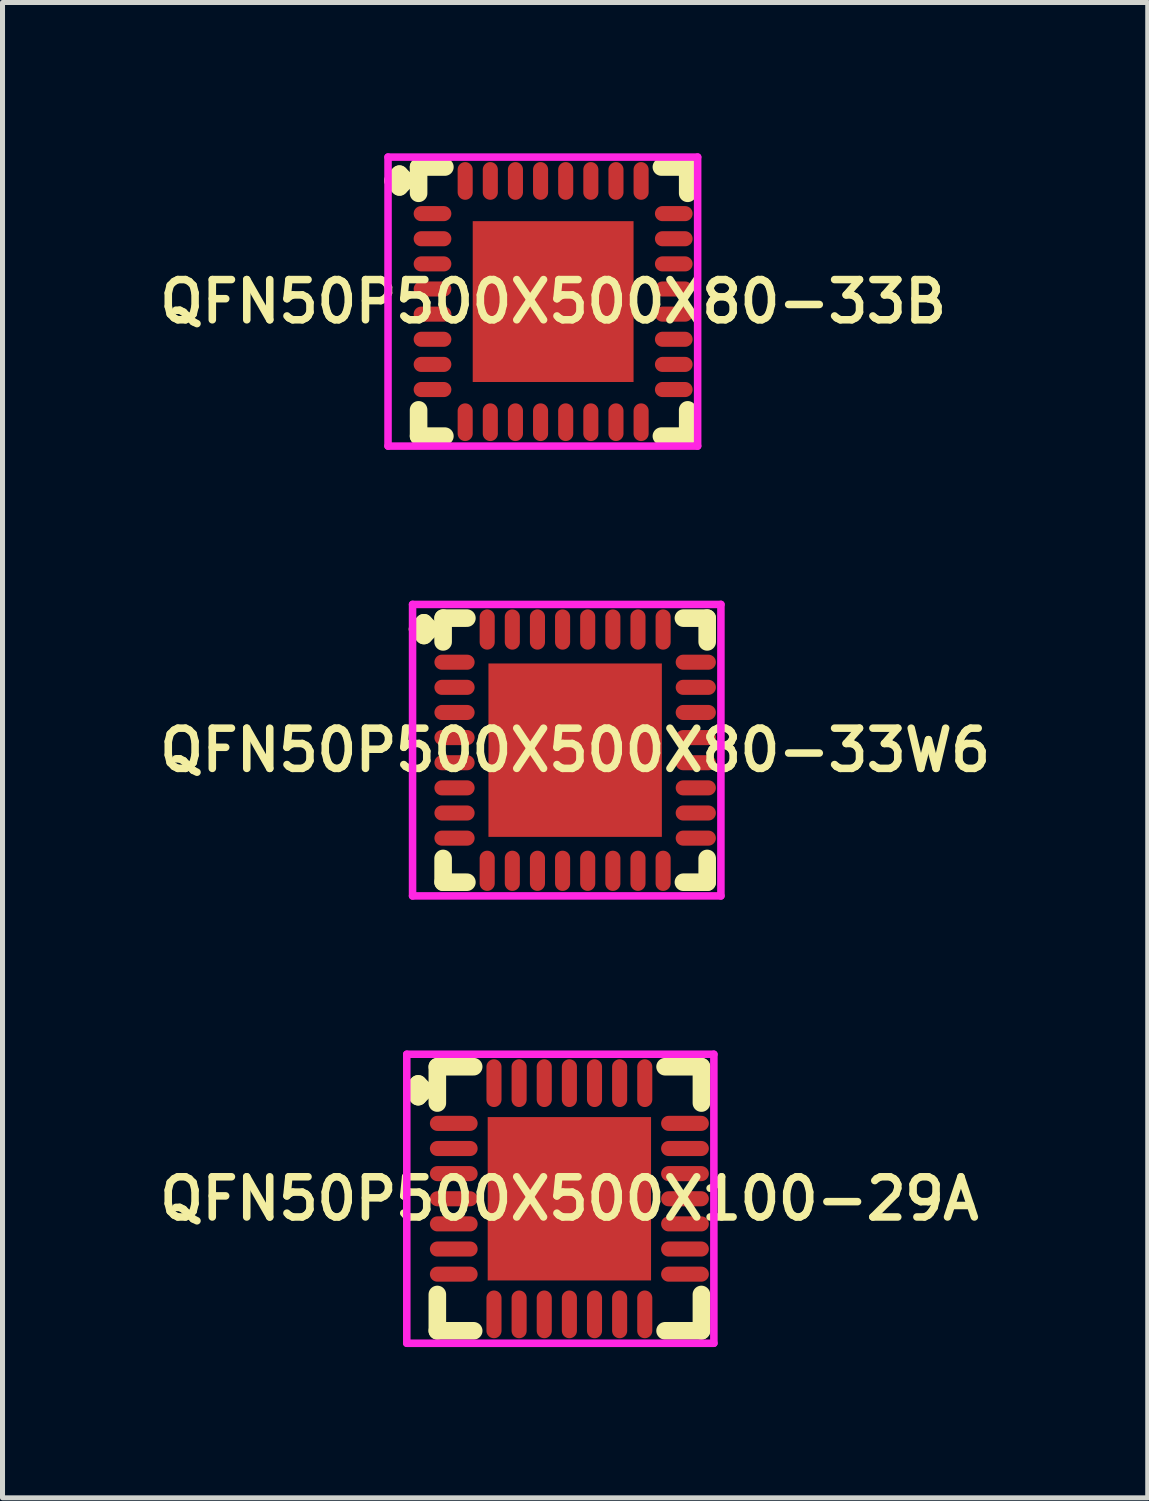
<source format=kicad_pcb>
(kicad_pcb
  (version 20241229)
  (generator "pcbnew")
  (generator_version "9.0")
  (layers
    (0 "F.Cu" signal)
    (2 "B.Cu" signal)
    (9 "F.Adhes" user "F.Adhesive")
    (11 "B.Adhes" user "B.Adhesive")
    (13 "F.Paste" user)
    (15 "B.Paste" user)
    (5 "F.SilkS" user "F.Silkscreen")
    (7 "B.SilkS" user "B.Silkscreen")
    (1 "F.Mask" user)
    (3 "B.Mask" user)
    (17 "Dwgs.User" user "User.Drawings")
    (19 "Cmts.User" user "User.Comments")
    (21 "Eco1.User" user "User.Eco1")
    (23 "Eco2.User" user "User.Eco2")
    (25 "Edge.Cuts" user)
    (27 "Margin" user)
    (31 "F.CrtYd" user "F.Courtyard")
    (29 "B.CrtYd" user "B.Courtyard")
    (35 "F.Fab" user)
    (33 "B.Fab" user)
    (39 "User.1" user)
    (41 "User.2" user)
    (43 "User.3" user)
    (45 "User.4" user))
  (footprint "QFN50P500X500X80-33B"
    (layer "F.Cu")
    (at 7.955 2.95)
    (property "Reference" "QFN50P500X500X80-33B" (at 0 0 0) (layer "F.SilkS") (effects (font (size 0.8 0.8) (thickness 0.15))))
    (attr smd)
    (fp_line (start -3.185 -2.408) (end -3.058 -2.535) (stroke (width 0.35) (type solid)) (layer "F.SilkS"))
    (fp_line (start -3.058 -2.535) (end -2.931 -2.408) (stroke (width 0.35) (type solid)) (layer "F.SilkS"))
    (fp_line (start -3.058 -2.281) (end -3.185 -2.408) (stroke (width 0.35) (type solid)) (layer "F.SilkS"))
    (fp_line (start -2.931 -2.408) (end -3.058 -2.281) (stroke (width 0.35) (type solid)) (layer "F.SilkS"))
    (fp_line (start -2.677 -2.677) (end -2.154 -2.677) (stroke (width 0.35) (type solid)) (layer "F.SilkS"))
    (fp_line (start -2.677 -2.154) (end -2.677 -2.677) (stroke (width 0.35) (type solid)) (layer "F.SilkS"))
    (fp_line (start -2.677 2.154) (end -2.677 2.677) (stroke (width 0.35) (type solid)) (layer "F.SilkS"))
    (fp_line (start -2.677 2.677) (end -2.154 2.677) (stroke (width 0.35) (type solid)) (layer "F.SilkS"))
    (fp_line (start 2.154 -2.677) (end 2.677 -2.677) (stroke (width 0.35) (type solid)) (layer "F.SilkS"))
    (fp_line (start 2.154 2.677) (end 2.677 2.677) (stroke (width 0.35) (type solid)) (layer "F.SilkS"))
    (fp_line (start 2.677 -2.677) (end 2.677 -2.154) (stroke (width 0.35) (type solid)) (layer "F.SilkS"))
    (fp_line (start 2.677 2.677) (end 2.677 2.154) (stroke (width 0.35) (type solid)) (layer "F.SilkS"))
    (fp_line (start -3.285 -2.875) (end 2.875 -2.875) (stroke (width 0.15) (type solid)) (layer "F.CrtYd"))
    (fp_line (start -3.285 2.875) (end -3.285 -2.875) (stroke (width 0.15) (type solid)) (layer "F.CrtYd"))
    (fp_line (start 2.875 -2.875) (end 2.875 2.875) (stroke (width 0.15) (type solid)) (layer "F.CrtYd"))
    (fp_line (start 2.875 2.875) (end -3.285 2.875) (stroke (width 0.15) (type solid)) (layer "F.CrtYd"))
    (pad "1" smd oval (at -2.4 -1.75) (size 0.75 0.3) (layers "F.Cu" "F.Mask" "F.Paste"))
    (pad "2" smd oval (at -2.4 -1.25) (size 0.75 0.3) (layers "F.Cu" "F.Mask" "F.Paste"))
    (pad "3" smd oval (at -2.4 -0.75) (size 0.75 0.3) (layers "F.Cu" "F.Mask" "F.Paste"))
    (pad "4" smd oval (at -2.4 -0.25) (size 0.75 0.3) (layers "F.Cu" "F.Mask" "F.Paste"))
    (pad "5" smd oval (at -2.4 0.25) (size 0.75 0.3) (layers "F.Cu" "F.Mask" "F.Paste"))
    (pad "6" smd oval (at -2.4 0.75) (size 0.75 0.3) (layers "F.Cu" "F.Mask" "F.Paste"))
    (pad "7" smd oval (at -2.4 1.25) (size 0.75 0.3) (layers "F.Cu" "F.Mask" "F.Paste"))
    (pad "8" smd oval (at -2.4 1.75) (size 0.75 0.3) (layers "F.Cu" "F.Mask" "F.Paste"))
    (pad "9" smd oval (at -1.75 2.4) (size 0.3 0.75) (layers "F.Cu" "F.Mask" "F.Paste"))
    (pad "10" smd oval (at -1.25 2.4) (size 0.3 0.75) (layers "F.Cu" "F.Mask" "F.Paste"))
    (pad "11" smd oval (at -0.75 2.4) (size 0.3 0.75) (layers "F.Cu" "F.Mask" "F.Paste"))
    (pad "12" smd oval (at -0.25 2.4) (size 0.3 0.75) (layers "F.Cu" "F.Mask" "F.Paste"))
    (pad "13" smd oval (at 0.25 2.4) (size 0.3 0.75) (layers "F.Cu" "F.Mask" "F.Paste"))
    (pad "14" smd oval (at 0.75 2.4) (size 0.3 0.75) (layers "F.Cu" "F.Mask" "F.Paste"))
    (pad "15" smd oval (at 1.25 2.4) (size 0.3 0.75) (layers "F.Cu" "F.Mask" "F.Paste"))
    (pad "16" smd oval (at 1.75 2.4) (size 0.3 0.75) (layers "F.Cu" "F.Mask" "F.Paste"))
    (pad "17" smd oval (at 2.4 1.75) (size 0.75 0.3) (layers "F.Cu" "F.Mask" "F.Paste"))
    (pad "18" smd oval (at 2.4 1.25) (size 0.75 0.3) (layers "F.Cu" "F.Mask" "F.Paste"))
    (pad "19" smd oval (at 2.4 0.75) (size 0.75 0.3) (layers "F.Cu" "F.Mask" "F.Paste"))
    (pad "20" smd oval (at 2.4 0.25) (size 0.75 0.3) (layers "F.Cu" "F.Mask" "F.Paste"))
    (pad "21" smd oval (at 2.4 -0.25) (size 0.75 0.3) (layers "F.Cu" "F.Mask" "F.Paste"))
    (pad "22" smd oval (at 2.4 -0.75) (size 0.75 0.3) (layers "F.Cu" "F.Mask" "F.Paste"))
    (pad "23" smd oval (at 2.4 -1.25) (size 0.75 0.3) (layers "F.Cu" "F.Mask" "F.Paste"))
    (pad "24" smd oval (at 2.4 -1.75) (size 0.75 0.3) (layers "F.Cu" "F.Mask" "F.Paste"))
    (pad "25" smd oval (at 1.75 -2.4) (size 0.3 0.75) (layers "F.Cu" "F.Mask" "F.Paste"))
    (pad "26" smd oval (at 1.25 -2.4) (size 0.3 0.75) (layers "F.Cu" "F.Mask" "F.Paste"))
    (pad "27" smd oval (at 0.75 -2.4) (size 0.3 0.75) (layers "F.Cu" "F.Mask" "F.Paste"))
    (pad "28" smd oval (at 0.25 -2.4) (size 0.3 0.75) (layers "F.Cu" "F.Mask" "F.Paste"))
    (pad "29" smd oval (at -0.25 -2.4) (size 0.3 0.75) (layers "F.Cu" "F.Mask" "F.Paste"))
    (pad "30" smd oval (at -0.75 -2.4) (size 0.3 0.75) (layers "F.Cu" "F.Mask" "F.Paste"))
    (pad "31" smd oval (at -1.25 -2.4) (size 0.3 0.75) (layers "F.Cu" "F.Mask" "F.Paste"))
    (pad "32" smd oval (at -1.75 -2.4) (size 0.3 0.75) (layers "F.Cu" "F.Mask" "F.Paste"))
    (pad "33" smd rect (at 0 0) (size 3.2 3.2) (layers "F.Cu" "F.Mask" "F.Paste")))
  (footprint "QFN50P500X500X80-33W6"
    (layer "F.Cu")
    (at 8.393 11.875)
    (property "Reference" "QFN50P500X500X80-33W6" (at 0 0 0) (layer "F.SilkS") (effects (font (size 0.8 0.8) (thickness 0.15))))
    (attr smd)
    (fp_line (start -3.135 -2.408) (end -3.008 -2.535) (stroke (width 0.35) (type solid)) (layer "F.SilkS"))
    (fp_line (start -3.008 -2.535) (end -2.881 -2.408) (stroke (width 0.35) (type solid)) (layer "F.SilkS"))
    (fp_line (start -3.008 -2.281) (end -3.135 -2.408) (stroke (width 0.35) (type solid)) (layer "F.SilkS"))
    (fp_line (start -2.881 -2.408) (end -3.008 -2.281) (stroke (width 0.35) (type solid)) (layer "F.SilkS"))
    (fp_line (start -2.627 -2.627) (end -2.154 -2.627) (stroke (width 0.35) (type solid)) (layer "F.SilkS"))
    (fp_line (start -2.627 -2.154) (end -2.627 -2.627) (stroke (width 0.35) (type solid)) (layer "F.SilkS"))
    (fp_line (start -2.627 2.154) (end -2.627 2.627) (stroke (width 0.35) (type solid)) (layer "F.SilkS"))
    (fp_line (start -2.627 2.627) (end -2.154 2.627) (stroke (width 0.35) (type solid)) (layer "F.SilkS"))
    (fp_line (start 2.154 -2.627) (end 2.627 -2.627) (stroke (width 0.35) (type solid)) (layer "F.SilkS"))
    (fp_line (start 2.154 2.627) (end 2.627 2.627) (stroke (width 0.35) (type solid)) (layer "F.SilkS"))
    (fp_line (start 2.627 -2.627) (end 2.627 -2.154) (stroke (width 0.35) (type solid)) (layer "F.SilkS"))
    (fp_line (start 2.627 2.627) (end 2.627 2.154) (stroke (width 0.35) (type solid)) (layer "F.SilkS"))
    (fp_line (start -3.235 -2.9) (end 2.9 -2.9) (stroke (width 0.15) (type solid)) (layer "F.CrtYd"))
    (fp_line (start -3.235 2.9) (end -3.235 -2.9) (stroke (width 0.15) (type solid)) (layer "F.CrtYd"))
    (fp_line (start 2.9 -2.9) (end 2.9 2.9) (stroke (width 0.15) (type solid)) (layer "F.CrtYd"))
    (fp_line (start 2.9 2.9) (end -3.235 2.9) (stroke (width 0.15) (type solid)) (layer "F.CrtYd"))
    (pad "1" smd oval (at -2.4 -1.75) (size 0.8 0.3) (layers "F.Cu" "F.Mask" "F.Paste"))
    (pad "2" smd oval (at -2.4 -1.25) (size 0.8 0.3) (layers "F.Cu" "F.Mask" "F.Paste"))
    (pad "3" smd oval (at -2.4 -0.75) (size 0.8 0.3) (layers "F.Cu" "F.Mask" "F.Paste"))
    (pad "4" smd oval (at -2.4 -0.25) (size 0.8 0.3) (layers "F.Cu" "F.Mask" "F.Paste"))
    (pad "5" smd oval (at -2.4 0.25) (size 0.8 0.3) (layers "F.Cu" "F.Mask" "F.Paste"))
    (pad "6" smd oval (at -2.4 0.75) (size 0.8 0.3) (layers "F.Cu" "F.Mask" "F.Paste"))
    (pad "7" smd oval (at -2.4 1.25) (size 0.8 0.3) (layers "F.Cu" "F.Mask" "F.Paste"))
    (pad "8" smd oval (at -2.4 1.75) (size 0.8 0.3) (layers "F.Cu" "F.Mask" "F.Paste"))
    (pad "9" smd oval (at -1.75 2.4) (size 0.3 0.8) (layers "F.Cu" "F.Mask" "F.Paste"))
    (pad "10" smd oval (at -1.25 2.4) (size 0.3 0.8) (layers "F.Cu" "F.Mask" "F.Paste"))
    (pad "11" smd oval (at -0.75 2.4) (size 0.3 0.8) (layers "F.Cu" "F.Mask" "F.Paste"))
    (pad "12" smd oval (at -0.25 2.4) (size 0.3 0.8) (layers "F.Cu" "F.Mask" "F.Paste"))
    (pad "13" smd oval (at 0.25 2.4) (size 0.3 0.8) (layers "F.Cu" "F.Mask" "F.Paste"))
    (pad "14" smd oval (at 0.75 2.4) (size 0.3 0.8) (layers "F.Cu" "F.Mask" "F.Paste"))
    (pad "15" smd oval (at 1.25 2.4) (size 0.3 0.8) (layers "F.Cu" "F.Mask" "F.Paste"))
    (pad "16" smd oval (at 1.75 2.4) (size 0.3 0.8) (layers "F.Cu" "F.Mask" "F.Paste"))
    (pad "17" smd oval (at 2.4 1.75) (size 0.8 0.3) (layers "F.Cu" "F.Mask" "F.Paste"))
    (pad "18" smd oval (at 2.4 1.25) (size 0.8 0.3) (layers "F.Cu" "F.Mask" "F.Paste"))
    (pad "19" smd oval (at 2.4 0.75) (size 0.8 0.3) (layers "F.Cu" "F.Mask" "F.Paste"))
    (pad "20" smd oval (at 2.4 0.25) (size 0.8 0.3) (layers "F.Cu" "F.Mask" "F.Paste"))
    (pad "21" smd oval (at 2.4 -0.25) (size 0.8 0.3) (layers "F.Cu" "F.Mask" "F.Paste"))
    (pad "22" smd oval (at 2.4 -0.75) (size 0.8 0.3) (layers "F.Cu" "F.Mask" "F.Paste"))
    (pad "23" smd oval (at 2.4 -1.25) (size 0.8 0.3) (layers "F.Cu" "F.Mask" "F.Paste"))
    (pad "24" smd oval (at 2.4 -1.75) (size 0.8 0.3) (layers "F.Cu" "F.Mask" "F.Paste"))
    (pad "25" smd oval (at 1.75 -2.4) (size 0.3 0.8) (layers "F.Cu" "F.Mask" "F.Paste"))
    (pad "26" smd oval (at 1.25 -2.4) (size 0.3 0.8) (layers "F.Cu" "F.Mask" "F.Paste"))
    (pad "27" smd oval (at 0.75 -2.4) (size 0.3 0.8) (layers "F.Cu" "F.Mask" "F.Paste"))
    (pad "28" smd oval (at 0.25 -2.4) (size 0.3 0.8) (layers "F.Cu" "F.Mask" "F.Paste"))
    (pad "29" smd oval (at -0.25 -2.4) (size 0.3 0.8) (layers "F.Cu" "F.Mask" "F.Paste"))
    (pad "30" smd oval (at -0.75 -2.4) (size 0.3 0.8) (layers "F.Cu" "F.Mask" "F.Paste"))
    (pad "31" smd oval (at -1.25 -2.4) (size 0.3 0.8) (layers "F.Cu" "F.Mask" "F.Paste"))
    (pad "32" smd oval (at -1.75 -2.4) (size 0.3 0.8) (layers "F.Cu" "F.Mask" "F.Paste"))
    (pad "33" smd rect (at 0 0) (size 3.45 3.45) (layers "F.Cu" "F.Mask" "F.Paste")))
  (footprint "QFN50P500X500X100-29A"
    (layer "F.Cu")
    (at 8.278 20.8)
    (property "Reference" "QFN50P500X500X100-29A" (at 0 0 0) (layer "F.SilkS") (effects (font (size 0.8 0.8) (thickness 0.15))))
    (attr smd)
    (fp_line (start -3.135 -2.158) (end -3.008 -2.285) (stroke (width 0.35) (type solid)) (layer "F.SilkS"))
    (fp_line (start -3.008 -2.285) (end -2.881 -2.158) (stroke (width 0.35) (type solid)) (layer "F.SilkS"))
    (fp_line (start -3.008 -2.031) (end -3.135 -2.158) (stroke (width 0.35) (type solid)) (layer "F.SilkS"))
    (fp_line (start -2.881 -2.158) (end -3.008 -2.031) (stroke (width 0.35) (type solid)) (layer "F.SilkS"))
    (fp_line (start -2.627 -2.627) (end -1.904 -2.627) (stroke (width 0.35) (type solid)) (layer "F.SilkS"))
    (fp_line (start -2.627 -1.904) (end -2.627 -2.627) (stroke (width 0.35) (type solid)) (layer "F.SilkS"))
    (fp_line (start -2.627 1.904) (end -2.627 2.627) (stroke (width 0.35) (type solid)) (layer "F.SilkS"))
    (fp_line (start -2.627 2.627) (end -1.904 2.627) (stroke (width 0.35) (type solid)) (layer "F.SilkS"))
    (fp_line (start 1.904 -2.627) (end 2.627 -2.627) (stroke (width 0.35) (type solid)) (layer "F.SilkS"))
    (fp_line (start 1.904 2.627) (end 2.627 2.627) (stroke (width 0.35) (type solid)) (layer "F.SilkS"))
    (fp_line (start 2.627 -2.627) (end 2.627 -1.904) (stroke (width 0.35) (type solid)) (layer "F.SilkS"))
    (fp_line (start 2.627 2.627) (end 2.627 1.904) (stroke (width 0.35) (type solid)) (layer "F.SilkS"))
    (fp_line (start -3.235 -2.875) (end 2.875 -2.875) (stroke (width 0.15) (type solid)) (layer "F.CrtYd"))
    (fp_line (start -3.235 2.875) (end -3.235 -2.875) (stroke (width 0.15) (type solid)) (layer "F.CrtYd"))
    (fp_line (start 2.875 -2.875) (end 2.875 2.875) (stroke (width 0.15) (type solid)) (layer "F.CrtYd"))
    (fp_line (start 2.875 2.875) (end -3.235 2.875) (stroke (width 0.15) (type solid)) (layer "F.CrtYd"))
    (pad "1" smd oval (at -2.3 -1.5) (size 0.95 0.3) (layers "F.Cu" "F.Mask" "F.Paste"))
    (pad "2" smd oval (at -2.3 -1) (size 0.95 0.3) (layers "F.Cu" "F.Mask" "F.Paste"))
    (pad "3" smd oval (at -2.3 -0.5) (size 0.95 0.3) (layers "F.Cu" "F.Mask" "F.Paste"))
    (pad "4" smd oval (at -2.3 0) (size 0.95 0.3) (layers "F.Cu" "F.Mask" "F.Paste"))
    (pad "5" smd oval (at -2.3 0.5) (size 0.95 0.3) (layers "F.Cu" "F.Mask" "F.Paste"))
    (pad "6" smd oval (at -2.3 1) (size 0.95 0.3) (layers "F.Cu" "F.Mask" "F.Paste"))
    (pad "7" smd oval (at -2.3 1.5) (size 0.95 0.3) (layers "F.Cu" "F.Mask" "F.Paste"))
    (pad "8" smd oval (at -1.5 2.3) (size 0.3 0.95) (layers "F.Cu" "F.Mask" "F.Paste"))
    (pad "9" smd oval (at -1 2.3) (size 0.3 0.95) (layers "F.Cu" "F.Mask" "F.Paste"))
    (pad "10" smd oval (at -0.5 2.3) (size 0.3 0.95) (layers "F.Cu" "F.Mask" "F.Paste"))
    (pad "11" smd oval (at 0 2.3) (size 0.3 0.95) (layers "F.Cu" "F.Mask" "F.Paste"))
    (pad "12" smd oval (at 0.5 2.3) (size 0.3 0.95) (layers "F.Cu" "F.Mask" "F.Paste"))
    (pad "13" smd oval (at 1 2.3) (size 0.3 0.95) (layers "F.Cu" "F.Mask" "F.Paste"))
    (pad "14" smd oval (at 1.5 2.3) (size 0.3 0.95) (layers "F.Cu" "F.Mask" "F.Paste"))
    (pad "15" smd oval (at 2.3 1.5) (size 0.95 0.3) (layers "F.Cu" "F.Mask" "F.Paste"))
    (pad "16" smd oval (at 2.3 1) (size 0.95 0.3) (layers "F.Cu" "F.Mask" "F.Paste"))
    (pad "17" smd oval (at 2.3 0.5) (size 0.95 0.3) (layers "F.Cu" "F.Mask" "F.Paste"))
    (pad "18" smd oval (at 2.3 0) (size 0.95 0.3) (layers "F.Cu" "F.Mask" "F.Paste"))
    (pad "19" smd oval (at 2.3 -0.5) (size 0.95 0.3) (layers "F.Cu" "F.Mask" "F.Paste"))
    (pad "20" smd oval (at 2.3 -1) (size 0.95 0.3) (layers "F.Cu" "F.Mask" "F.Paste"))
    (pad "21" smd oval (at 2.3 -1.5) (size 0.95 0.3) (layers "F.Cu" "F.Mask" "F.Paste"))
    (pad "22" smd oval (at 1.5 -2.3) (size 0.3 0.95) (layers "F.Cu" "F.Mask" "F.Paste"))
    (pad "23" smd oval (at 1 -2.3) (size 0.3 0.95) (layers "F.Cu" "F.Mask" "F.Paste"))
    (pad "24" smd oval (at 0.5 -2.3) (size 0.3 0.95) (layers "F.Cu" "F.Mask" "F.Paste"))
    (pad "25" smd oval (at 0 -2.3) (size 0.3 0.95) (layers "F.Cu" "F.Mask" "F.Paste"))
    (pad "26" smd oval (at -0.5 -2.3) (size 0.3 0.95) (layers "F.Cu" "F.Mask" "F.Paste"))
    (pad "27" smd oval (at -1 -2.3) (size 0.3 0.95) (layers "F.Cu" "F.Mask" "F.Paste"))
    (pad "28" smd oval (at -1.5 -2.3) (size 0.3 0.95) (layers "F.Cu" "F.Mask" "F.Paste"))
    (pad "29" smd rect (at 0 0) (size 3.25 3.25) (layers "F.Cu" "F.Mask" "F.Paste")))
  (gr_rect
    (start -3 -3)
    (end 19.785 26.75)
    (stroke (width 0.1) (type default))
    (fill no)
    (layer "Edge.Cuts")))
</source>
